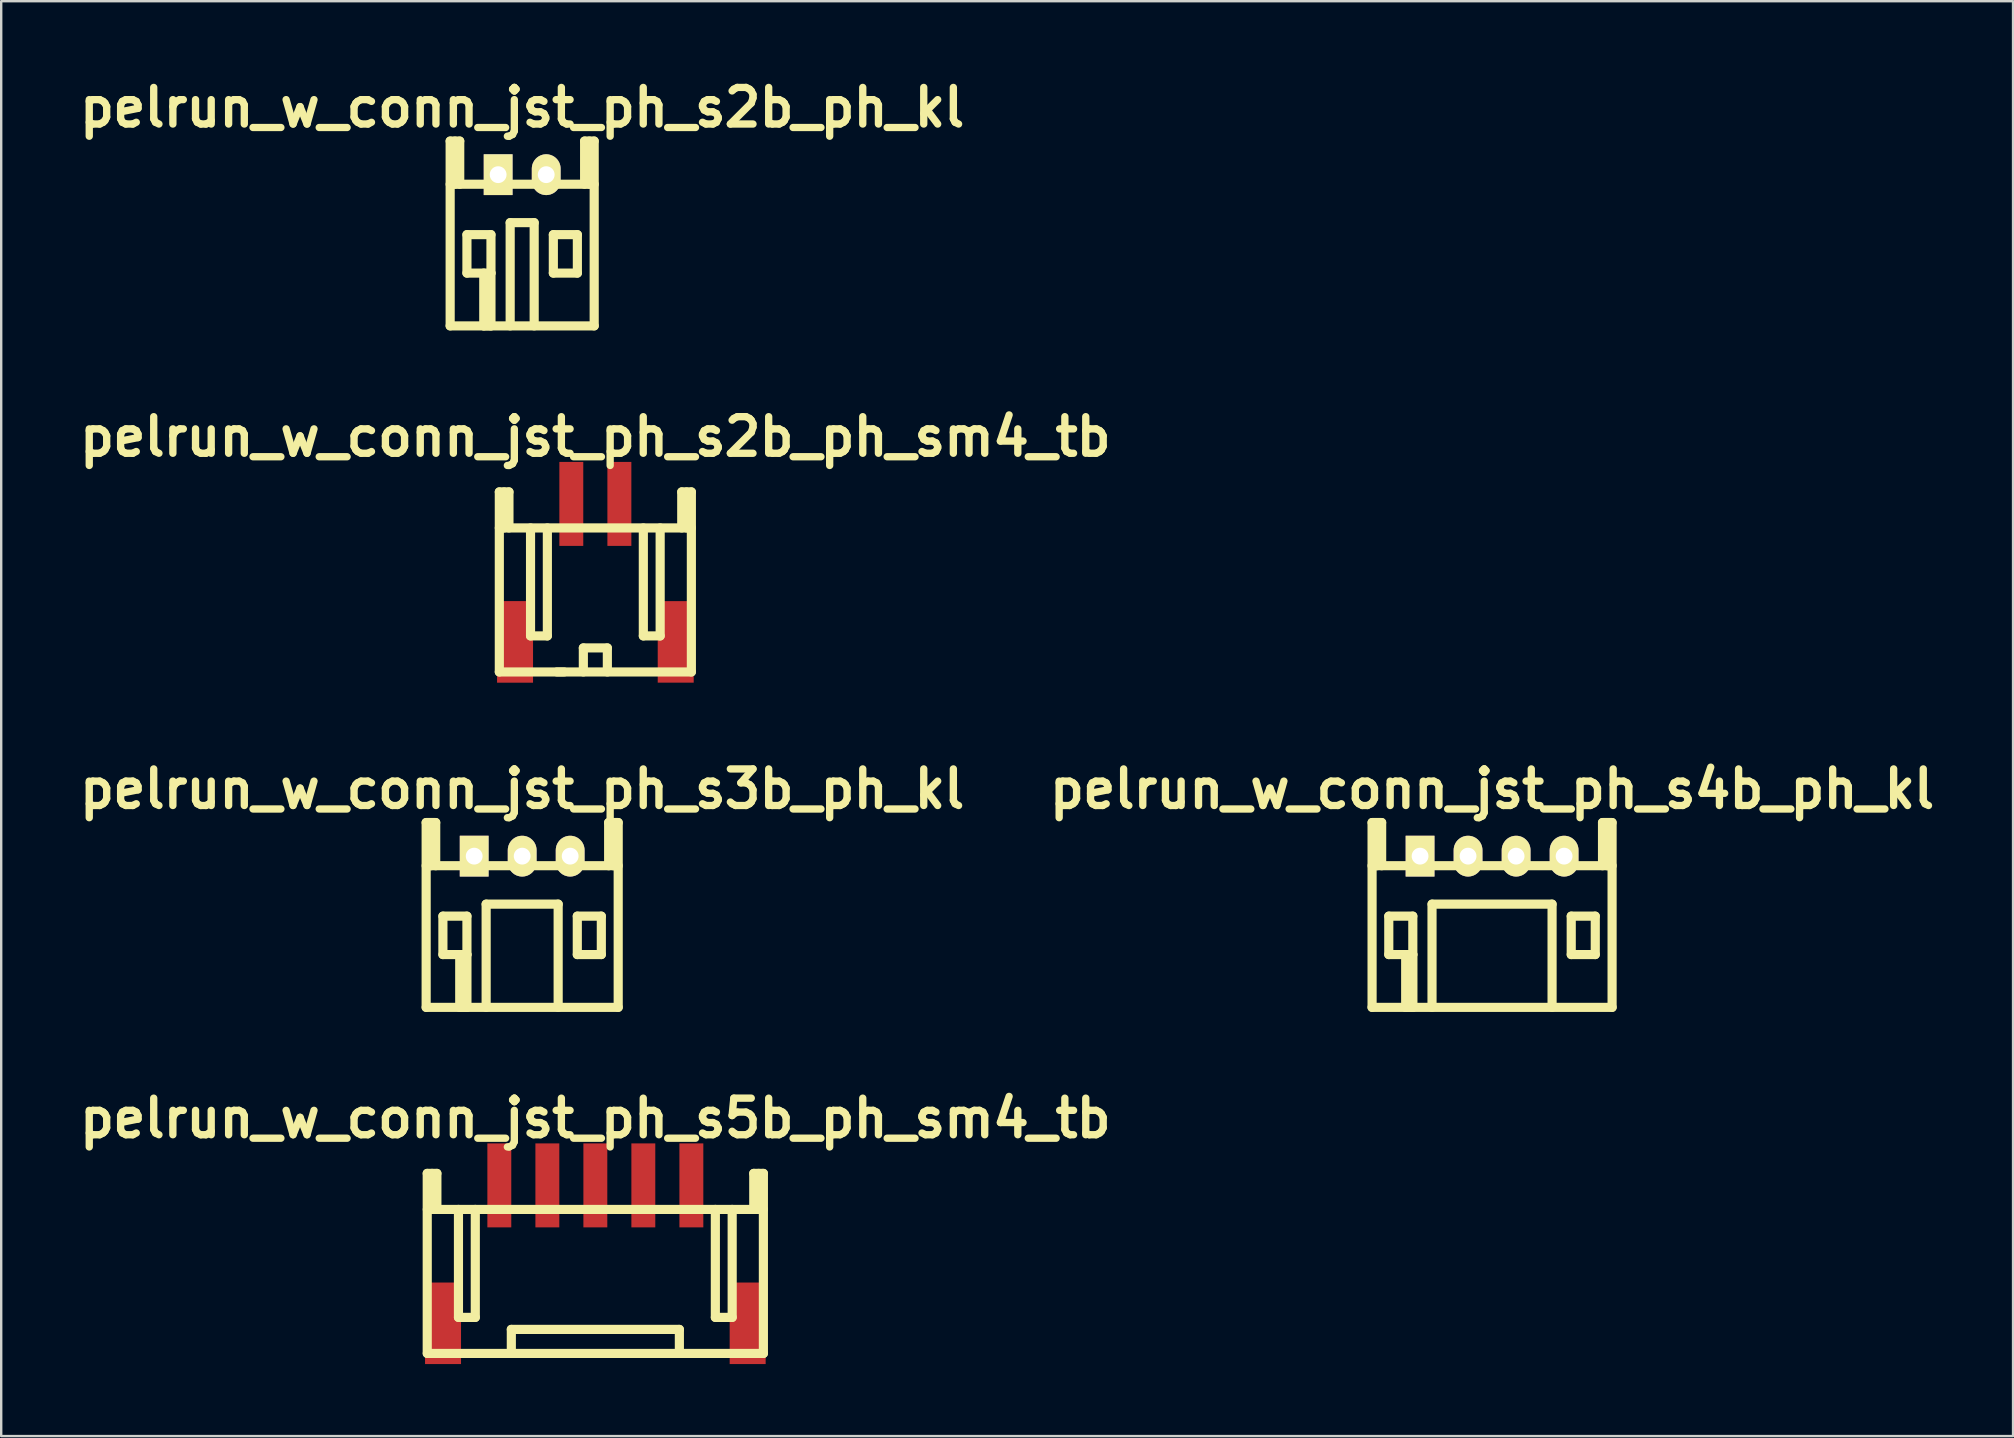
<source format=kicad_pcb>
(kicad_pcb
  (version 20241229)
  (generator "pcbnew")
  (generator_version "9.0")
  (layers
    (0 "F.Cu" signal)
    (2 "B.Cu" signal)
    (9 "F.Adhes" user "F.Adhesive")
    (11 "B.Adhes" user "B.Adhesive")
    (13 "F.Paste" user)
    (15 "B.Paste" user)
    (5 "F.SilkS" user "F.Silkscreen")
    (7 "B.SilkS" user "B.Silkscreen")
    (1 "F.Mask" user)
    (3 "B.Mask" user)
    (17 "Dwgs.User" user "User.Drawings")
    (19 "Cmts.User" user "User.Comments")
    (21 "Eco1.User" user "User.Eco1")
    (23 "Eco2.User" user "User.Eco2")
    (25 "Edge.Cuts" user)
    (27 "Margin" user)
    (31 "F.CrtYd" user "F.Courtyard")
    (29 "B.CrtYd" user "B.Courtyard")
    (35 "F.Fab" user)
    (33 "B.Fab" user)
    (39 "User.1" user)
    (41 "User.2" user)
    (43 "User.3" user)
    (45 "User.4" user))
  (footprint "pelrun_w_conn_jst_ph_s4b_ph_kl"
    (layer "F.Cu")
    (at 59.105 32.614)
    (property "Reference" "pelrun_w_conn_jst_ph_s4b_ph_kl" (at 0 -2.799 0) (layer "F.SilkS") (effects (font (size 1.524 1.524) (thickness 0.305))))
    (attr through_hole)
    (fp_line (start -5.001 0.399) (end 5.001 0.399) (stroke (width 0.381) (type solid)) (layer "F.SilkS"))
    (fp_line (start -5.001 6.299) (end 5.001 6.299) (stroke (width 0.381) (type solid)) (layer "F.SilkS"))
    (fp_line (start -4.999 -1.4) (end -4.999 6.299) (stroke (width 0.381) (type solid)) (layer "F.SilkS"))
    (fp_line (start -4.798 -1.4) (end -4.798 0.399) (stroke (width 0.381) (type solid)) (layer "F.SilkS"))
    (fp_line (start -4.6 -1.4) (end -4.999 -1.4) (stroke (width 0.381) (type solid)) (layer "F.SilkS"))
    (fp_line (start -4.6 0.399) (end -4.6 -1.4) (stroke (width 0.381) (type solid)) (layer "F.SilkS"))
    (fp_line (start -4.303 2.499) (end -3.302 2.499) (stroke (width 0.381) (type solid)) (layer "F.SilkS"))
    (fp_line (start -4.303 4.1) (end -4.303 2.499) (stroke (width 0.381) (type solid)) (layer "F.SilkS"))
    (fp_line (start -3.599 6.299) (end -3.599 4.1) (stroke (width 0.381) (type solid)) (layer "F.SilkS"))
    (fp_line (start -3.302 2.499) (end -3.302 4.1) (stroke (width 0.381) (type solid)) (layer "F.SilkS"))
    (fp_line (start -3.302 4.1) (end -4.303 4.1) (stroke (width 0.381) (type solid)) (layer "F.SilkS"))
    (fp_line (start -3.299 4.1) (end -3.299 6.299) (stroke (width 0.381) (type solid)) (layer "F.SilkS"))
    (fp_line (start -3.299 6.299) (end -3.599 6.299) (stroke (width 0.381) (type solid)) (layer "F.SilkS"))
    (fp_line (start -2.502 1.999) (end -2.502 6.299) (stroke (width 0.381) (type solid)) (layer "F.SilkS"))
    (fp_line (start 2.499 1.999) (end -2.499 1.999) (stroke (width 0.381) (type solid)) (layer "F.SilkS"))
    (fp_line (start 2.499 1.999) (end 2.499 6.299) (stroke (width 0.381) (type solid)) (layer "F.SilkS"))
    (fp_line (start 3.297 2.499) (end 4.298 2.499) (stroke (width 0.381) (type solid)) (layer "F.SilkS"))
    (fp_line (start 3.297 4.1) (end 3.297 2.499) (stroke (width 0.381) (type solid)) (layer "F.SilkS"))
    (fp_line (start 4.298 2.499) (end 4.298 4.1) (stroke (width 0.381) (type solid)) (layer "F.SilkS"))
    (fp_line (start 4.298 4.1) (end 3.297 4.1) (stroke (width 0.381) (type solid)) (layer "F.SilkS"))
    (fp_line (start 4.6 -1.4) (end 4.6 0.399) (stroke (width 0.381) (type solid)) (layer "F.SilkS"))
    (fp_line (start 4.798 -1.4) (end 4.798 0.399) (stroke (width 0.381) (type solid)) (layer "F.SilkS"))
    (fp_line (start 4.999 -1.4) (end 4.6 -1.4) (stroke (width 0.381) (type solid)) (layer "F.SilkS"))
    (fp_line (start 4.999 6.299) (end 4.999 -1.4) (stroke (width 0.381) (type solid)) (layer "F.SilkS"))
    (pad "1" thru_hole rect (at -3 0) (size 1.199 1.699) (drill 0.701) (layers "*.Cu" "*.Mask" "F.SilkS"))
    (pad "2" thru_hole oval (at -1.001 0) (size 1.199 1.699) (drill 0.701) (layers "*.Cu" "*.Mask" "F.SilkS"))
    (pad "3" thru_hole oval (at 1.001 0) (size 1.199 1.699) (drill 0.701) (layers "*.Cu" "*.Mask" "F.SilkS"))
    (pad "4" thru_hole oval (at 3 0) (size 1.199 1.699) (drill 0.701) (layers "*.Cu" "*.Mask" "F.SilkS")))
  (footprint "pelrun_w_conn_jst_ph_s2b_ph_kl"
    (layer "F.Cu")
    (at 18.702 4.226)
    (property "Reference" "pelrun_w_conn_jst_ph_s2b_ph_kl" (at 0 -2.799 0) (layer "F.SilkS") (effects (font (size 1.524 1.524) (thickness 0.305))))
    (attr through_hole)
    (fp_line (start -3 -1.4) (end -3 6.299) (stroke (width 0.381) (type solid)) (layer "F.SilkS"))
    (fp_line (start -3 6.299) (end 3 6.299) (stroke (width 0.381) (type solid)) (layer "F.SilkS"))
    (fp_line (start -2.799 -1.4) (end -2.799 0.399) (stroke (width 0.381) (type solid)) (layer "F.SilkS"))
    (fp_line (start -2.601 -1.4) (end -3 -1.4) (stroke (width 0.381) (type solid)) (layer "F.SilkS"))
    (fp_line (start -2.601 0.399) (end -2.601 -1.4) (stroke (width 0.381) (type solid)) (layer "F.SilkS"))
    (fp_line (start -2.301 2.499) (end -1.3 2.499) (stroke (width 0.381) (type solid)) (layer "F.SilkS"))
    (fp_line (start -2.301 4.1) (end -2.301 2.499) (stroke (width 0.381) (type solid)) (layer "F.SilkS"))
    (fp_line (start -1.6 6.299) (end -1.6 4.1) (stroke (width 0.381) (type solid)) (layer "F.SilkS"))
    (fp_line (start -1.3 2.499) (end -1.3 4.1) (stroke (width 0.381) (type solid)) (layer "F.SilkS"))
    (fp_line (start -1.3 4.1) (end -2.301 4.1) (stroke (width 0.381) (type solid)) (layer "F.SilkS"))
    (fp_line (start -1.3 4.1) (end -1.3 6.299) (stroke (width 0.381) (type solid)) (layer "F.SilkS"))
    (fp_line (start -1.3 6.299) (end -1.6 6.299) (stroke (width 0.381) (type solid)) (layer "F.SilkS"))
    (fp_line (start -0.5 1.999) (end -0.5 6.299) (stroke (width 0.381) (type solid)) (layer "F.SilkS"))
    (fp_line (start 0.5 1.999) (end -0.5 1.999) (stroke (width 0.381) (type solid)) (layer "F.SilkS"))
    (fp_line (start 0.5 1.999) (end 0.5 6.299) (stroke (width 0.381) (type solid)) (layer "F.SilkS"))
    (fp_line (start 1.298 2.499) (end 2.299 2.499) (stroke (width 0.381) (type solid)) (layer "F.SilkS"))
    (fp_line (start 1.298 4.1) (end 1.298 2.499) (stroke (width 0.381) (type solid)) (layer "F.SilkS"))
    (fp_line (start 2.299 2.499) (end 2.299 4.1) (stroke (width 0.381) (type solid)) (layer "F.SilkS"))
    (fp_line (start 2.299 4.1) (end 1.298 4.1) (stroke (width 0.381) (type solid)) (layer "F.SilkS"))
    (fp_line (start 2.601 -1.4) (end 2.601 0.399) (stroke (width 0.381) (type solid)) (layer "F.SilkS"))
    (fp_line (start 2.799 -1.4) (end 2.799 0.399) (stroke (width 0.381) (type solid)) (layer "F.SilkS"))
    (fp_line (start 3 -1.4) (end 2.601 -1.4) (stroke (width 0.381) (type solid)) (layer "F.SilkS"))
    (fp_line (start 3 0.399) (end -3 0.399) (stroke (width 0.381) (type solid)) (layer "F.SilkS"))
    (fp_line (start 3 6.299) (end 3 -1.4) (stroke (width 0.381) (type solid)) (layer "F.SilkS"))
    (pad "1" thru_hole rect (at -1.001 0) (size 1.199 1.699) (drill 0.701) (layers "*.Cu" "*.Mask" "F.SilkS"))
    (pad "2" thru_hole oval (at 1.001 0) (size 1.199 1.699) (drill 0.701) (layers "*.Cu" "*.Mask" "F.SilkS")))
  (footprint "pelrun_w_conn_jst_ph_s2b_ph_sm4_tb"
    (layer "F.Cu")
    (at 21.75 17.941)
    (property "Reference" "pelrun_w_conn_jst_ph_s2b_ph_sm4_tb" (at 0 -2.799 0) (layer "F.SilkS") (effects (font (size 1.524 1.524) (thickness 0.305))))
    (attr through_hole)
    (fp_line (start -4 7) (end -4 -0.5) (stroke (width 0.381) (type solid)) (layer "F.SilkS"))
    (fp_line (start -4 7) (end 4 7) (stroke (width 0.381) (type solid)) (layer "F.SilkS"))
    (fp_line (start -3.8 -0.5) (end -3.8 1.001) (stroke (width 0.381) (type solid)) (layer "F.SilkS"))
    (fp_line (start -3.599 -0.5) (end -4 -0.5) (stroke (width 0.381) (type solid)) (layer "F.SilkS"))
    (fp_line (start -3.599 1.001) (end -3.599 -0.5) (stroke (width 0.381) (type solid)) (layer "F.SilkS"))
    (fp_line (start -2.7 5.499) (end -2.7 1.001) (stroke (width 0.381) (type solid)) (layer "F.SilkS"))
    (fp_line (start -1.999 1.001) (end -1.999 5.499) (stroke (width 0.381) (type solid)) (layer "F.SilkS"))
    (fp_line (start -1.999 5.499) (end -2.7 5.499) (stroke (width 0.381) (type solid)) (layer "F.SilkS"))
    (fp_line (start -1.3 7) (end -1.6 7) (stroke (width 0.381) (type solid)) (layer "F.SilkS"))
    (fp_line (start -0.5 5.999) (end 0.5 5.999) (stroke (width 0.381) (type solid)) (layer "F.SilkS"))
    (fp_line (start -0.5 7) (end -0.5 5.999) (stroke (width 0.381) (type solid)) (layer "F.SilkS"))
    (fp_line (start 0.5 5.999) (end 0.5 7) (stroke (width 0.381) (type solid)) (layer "F.SilkS"))
    (fp_line (start 1.999 1.001) (end 1.999 5.499) (stroke (width 0.381) (type solid)) (layer "F.SilkS"))
    (fp_line (start 1.999 5.499) (end 2.7 5.499) (stroke (width 0.381) (type solid)) (layer "F.SilkS"))
    (fp_line (start 2.7 5.499) (end 2.7 1.001) (stroke (width 0.381) (type solid)) (layer "F.SilkS"))
    (fp_line (start 3.599 -0.5) (end 3.599 1.001) (stroke (width 0.381) (type solid)) (layer "F.SilkS"))
    (fp_line (start 3.8 1.001) (end 3.8 -0.5) (stroke (width 0.381) (type solid)) (layer "F.SilkS"))
    (fp_line (start 4 -0.5) (end 3.599 -0.5) (stroke (width 0.381) (type solid)) (layer "F.SilkS"))
    (fp_line (start 4 -0.5) (end 4 7) (stroke (width 0.381) (type solid)) (layer "F.SilkS"))
    (fp_line (start 4 1.001) (end -4 1.001) (stroke (width 0.381) (type solid)) (layer "F.SilkS"))
    (pad "" smd rect (at -3.345 5.748) (size 1.499 3.399) (layers "F.Cu" "F.Mask" "F.Paste"))
    (pad "" smd rect (at 3.348 5.748) (size 1.499 3.396) (layers "F.Cu" "F.Mask" "F.Paste"))
    (pad "1" smd rect (at -1.001 0) (size 0.996 3.498) (layers "F.Cu" "F.Mask" "F.Paste"))
    (pad "2" smd rect (at 1.001 0) (size 0.998 3.498) (layers "F.Cu" "F.Mask" "F.Paste")))
  (footprint "pelrun_w_conn_jst_ph_s3b_ph_kl"
    (layer "F.Cu")
    (at 18.702 32.614)
    (property "Reference" "pelrun_w_conn_jst_ph_s3b_ph_kl" (at 0 -2.799 0) (layer "F.SilkS") (effects (font (size 1.524 1.524) (thickness 0.305))))
    (attr through_hole)
    (fp_line (start -4 -1.4) (end -4 6.299) (stroke (width 0.381) (type solid)) (layer "F.SilkS"))
    (fp_line (start -4 0.399) (end 4 0.399) (stroke (width 0.381) (type solid)) (layer "F.SilkS"))
    (fp_line (start -4 6.299) (end 4 6.299) (stroke (width 0.381) (type solid)) (layer "F.SilkS"))
    (fp_line (start -3.8 -1.4) (end -3.8 0.399) (stroke (width 0.381) (type solid)) (layer "F.SilkS"))
    (fp_line (start -3.602 -1.4) (end -4 -1.4) (stroke (width 0.381) (type solid)) (layer "F.SilkS"))
    (fp_line (start -3.602 0.399) (end -3.602 -1.4) (stroke (width 0.381) (type solid)) (layer "F.SilkS"))
    (fp_line (start -3.302 2.499) (end -2.301 2.499) (stroke (width 0.381) (type solid)) (layer "F.SilkS"))
    (fp_line (start -3.302 4.1) (end -3.302 2.499) (stroke (width 0.381) (type solid)) (layer "F.SilkS"))
    (fp_line (start -2.601 6.299) (end -2.601 4.1) (stroke (width 0.381) (type solid)) (layer "F.SilkS"))
    (fp_line (start -2.301 2.499) (end -2.301 4.1) (stroke (width 0.381) (type solid)) (layer "F.SilkS"))
    (fp_line (start -2.301 4.1) (end -3.302 4.1) (stroke (width 0.381) (type solid)) (layer "F.SilkS"))
    (fp_line (start -2.301 4.1) (end -2.301 6.299) (stroke (width 0.381) (type solid)) (layer "F.SilkS"))
    (fp_line (start -2.301 6.299) (end -2.601 6.299) (stroke (width 0.381) (type solid)) (layer "F.SilkS"))
    (fp_line (start -1.501 1.999) (end -1.501 6.299) (stroke (width 0.381) (type solid)) (layer "F.SilkS"))
    (fp_line (start -1.501 1.999) (end 1.501 1.999) (stroke (width 0.381) (type solid)) (layer "F.SilkS"))
    (fp_line (start 1.499 1.999) (end 1.499 6.299) (stroke (width 0.381) (type solid)) (layer "F.SilkS"))
    (fp_line (start 2.296 2.499) (end 3.297 2.499) (stroke (width 0.381) (type solid)) (layer "F.SilkS"))
    (fp_line (start 2.296 4.1) (end 2.296 2.499) (stroke (width 0.381) (type solid)) (layer "F.SilkS"))
    (fp_line (start 3.297 2.499) (end 3.297 4.1) (stroke (width 0.381) (type solid)) (layer "F.SilkS"))
    (fp_line (start 3.297 4.1) (end 2.296 4.1) (stroke (width 0.381) (type solid)) (layer "F.SilkS"))
    (fp_line (start 3.602 -1.4) (end 3.602 0.399) (stroke (width 0.381) (type solid)) (layer "F.SilkS"))
    (fp_line (start 3.8 -1.4) (end 3.8 0.399) (stroke (width 0.381) (type solid)) (layer "F.SilkS"))
    (fp_line (start 4 -1.4) (end 3.602 -1.4) (stroke (width 0.381) (type solid)) (layer "F.SilkS"))
    (fp_line (start 4 6.299) (end 4 -1.4) (stroke (width 0.381) (type solid)) (layer "F.SilkS"))
    (pad "1" thru_hole rect (at -1.999 0) (size 1.199 1.699) (drill 0.701) (layers "*.Cu" "*.Mask" "F.SilkS"))
    (pad "2" thru_hole oval (at 0 0) (size 1.199 1.699) (drill 0.701) (layers "*.Cu" "*.Mask" "F.SilkS"))
    (pad "3" thru_hole oval (at 1.999 0) (size 1.199 1.699) (drill 0.701) (layers "*.Cu" "*.Mask" "F.SilkS")))
  (footprint "pelrun_w_conn_jst_ph_s5b_ph_sm4_tb"
    (layer "F.Cu")
    (at 21.75 46.329)
    (property "Reference" "pelrun_w_conn_jst_ph_s5b_ph_sm4_tb" (at 0 -2.799 0) (layer "F.SilkS") (effects (font (size 1.524 1.524) (thickness 0.305))))
    (attr through_hole)
    (fp_line (start -7.003 7) (end -7.003 -0.5) (stroke (width 0.381) (type solid)) (layer "F.SilkS"))
    (fp_line (start -7 7) (end 7 7) (stroke (width 0.381) (type solid)) (layer "F.SilkS"))
    (fp_line (start -6.802 -0.5) (end -6.802 1.001) (stroke (width 0.381) (type solid)) (layer "F.SilkS"))
    (fp_line (start -6.601 -0.5) (end -7.003 -0.5) (stroke (width 0.381) (type solid)) (layer "F.SilkS"))
    (fp_line (start -6.601 1.001) (end -6.601 -0.5) (stroke (width 0.381) (type solid)) (layer "F.SilkS"))
    (fp_line (start -5.702 5.499) (end -5.702 1.001) (stroke (width 0.381) (type solid)) (layer "F.SilkS"))
    (fp_line (start -5.001 1.001) (end -5.001 5.499) (stroke (width 0.381) (type solid)) (layer "F.SilkS"))
    (fp_line (start -5.001 5.499) (end -5.702 5.499) (stroke (width 0.381) (type solid)) (layer "F.SilkS"))
    (fp_line (start -3.5 7) (end -3.5 5.999) (stroke (width 0.381) (type solid)) (layer "F.SilkS"))
    (fp_line (start 3.5 5.999) (end -3.5 5.999) (stroke (width 0.381) (type solid)) (layer "F.SilkS"))
    (fp_line (start 3.5 5.999) (end 3.5 6.998) (stroke (width 0.381) (type solid)) (layer "F.SilkS"))
    (fp_line (start 4.999 1.001) (end 4.999 5.499) (stroke (width 0.381) (type solid)) (layer "F.SilkS"))
    (fp_line (start 4.999 5.499) (end 5.7 5.499) (stroke (width 0.381) (type solid)) (layer "F.SilkS"))
    (fp_line (start 5.7 5.499) (end 5.7 1.001) (stroke (width 0.381) (type solid)) (layer "F.SilkS"))
    (fp_line (start 6.599 -0.5) (end 6.599 1.001) (stroke (width 0.381) (type solid)) (layer "F.SilkS"))
    (fp_line (start 6.8 1.001) (end 6.8 -0.5) (stroke (width 0.381) (type solid)) (layer "F.SilkS"))
    (fp_line (start 7 -0.5) (end 6.599 -0.5) (stroke (width 0.381) (type solid)) (layer "F.SilkS"))
    (fp_line (start 7 -0.5) (end 7 7) (stroke (width 0.381) (type solid)) (layer "F.SilkS"))
    (fp_line (start 7 1.001) (end -7 1.001) (stroke (width 0.381) (type solid)) (layer "F.SilkS"))
    (pad "" smd rect (at -6.345 5.745) (size 1.499 3.396) (layers "F.Cu" "F.Mask" "F.Paste"))
    (pad "" smd rect (at 6.345 5.745) (size 1.499 3.396) (layers "F.Cu" "F.Mask" "F.Paste"))
    (pad "1" smd rect (at -4 0) (size 0.996 3.498) (layers "F.Cu" "F.Mask" "F.Paste"))
    (pad "2" smd rect (at -1.999 0) (size 0.996 3.498) (layers "F.Cu" "F.Mask" "F.Paste"))
    (pad "3" smd rect (at 0 0) (size 0.996 3.498) (layers "F.Cu" "F.Mask" "F.Paste"))
    (pad "4" smd rect (at 1.999 0) (size 0.996 3.498) (layers "F.Cu" "F.Mask" "F.Paste"))
    (pad "5" smd rect (at 4 0) (size 0.996 3.498) (layers "F.Cu" "F.Mask" "F.Paste")))
  (gr_rect
    (start -3 -3)
    (end 80.807 56.772)
    (stroke (width 0.1) (type default))
    (fill no)
    (layer "Edge.Cuts")))
</source>
